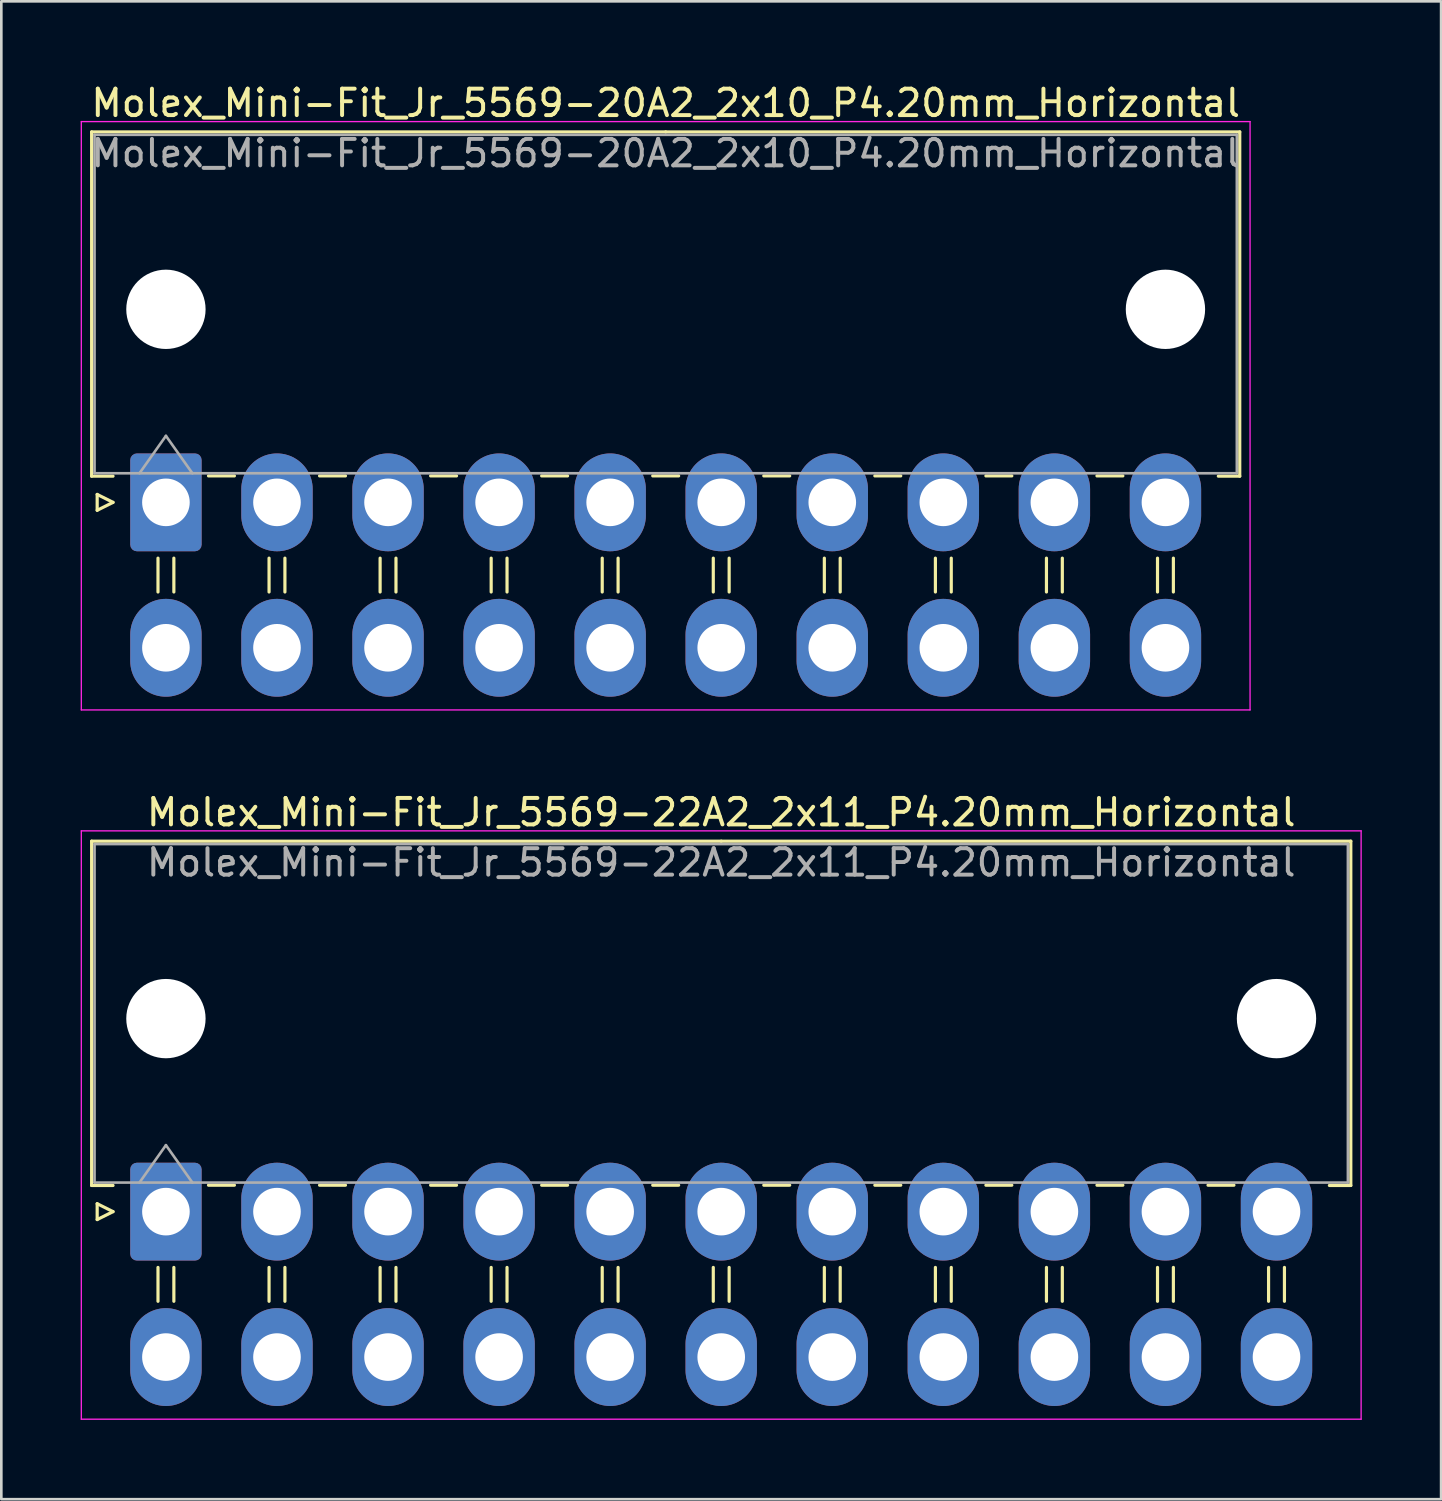
<source format=kicad_pcb>
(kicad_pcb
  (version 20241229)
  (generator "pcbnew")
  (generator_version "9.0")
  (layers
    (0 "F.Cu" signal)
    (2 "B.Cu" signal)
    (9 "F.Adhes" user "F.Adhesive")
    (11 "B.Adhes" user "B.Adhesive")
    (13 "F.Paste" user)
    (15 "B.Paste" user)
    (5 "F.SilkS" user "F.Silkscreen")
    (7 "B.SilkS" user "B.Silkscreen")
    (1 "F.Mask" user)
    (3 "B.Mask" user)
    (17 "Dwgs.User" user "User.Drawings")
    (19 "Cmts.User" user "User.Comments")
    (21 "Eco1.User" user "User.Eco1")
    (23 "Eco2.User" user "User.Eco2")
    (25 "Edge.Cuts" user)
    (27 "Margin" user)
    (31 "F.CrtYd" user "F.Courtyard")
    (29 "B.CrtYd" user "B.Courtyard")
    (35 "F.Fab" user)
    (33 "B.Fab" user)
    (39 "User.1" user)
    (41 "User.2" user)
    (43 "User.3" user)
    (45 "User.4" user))
  (footprint "Molex_Mini-Fit_Jr_5569-20A2_2x10_P4.20mm_Horizontal"
    (layer "F.Cu")
    (at 3.225 15.948)
    (property "Reference" "Molex_Mini-Fit_Jr_5569-20A2_2x10_P4.20mm_Horizontal" (at 18.9 -15.1 0) (layer "F.SilkS") (effects (font (size 1 1) (thickness 0.15))))
    (attr through_hole)
    (fp_line (start -2.81 -14.01) (end 18.9 -14.01) (stroke (width 0.12) (type solid)) (layer "F.SilkS"))
    (fp_line (start -2.81 -0.99) (end -2.81 -14.01) (stroke (width 0.12) (type solid)) (layer "F.SilkS"))
    (fp_line (start -2.6 -0.3) (end -2 0) (stroke (width 0.12) (type solid)) (layer "F.SilkS"))
    (fp_line (start -2.6 0.3) (end -2.6 -0.3) (stroke (width 0.12) (type solid)) (layer "F.SilkS"))
    (fp_line (start -2 -0.99) (end -2.81 -0.99) (stroke (width 0.12) (type solid)) (layer "F.SilkS"))
    (fp_line (start -2 0) (end -2.6 0.3) (stroke (width 0.12) (type solid)) (layer "F.SilkS"))
    (fp_line (start -0.3 2.11) (end -0.3 3.39) (stroke (width 0.12) (type solid)) (layer "F.SilkS"))
    (fp_line (start 0.3 2.11) (end 0.3 3.39) (stroke (width 0.12) (type solid)) (layer "F.SilkS"))
    (fp_line (start 1.61 -1) (end 2.59 -1) (stroke (width 0.12) (type solid)) (layer "F.SilkS"))
    (fp_line (start 3.9 2.11) (end 3.9 3.39) (stroke (width 0.12) (type solid)) (layer "F.SilkS"))
    (fp_line (start 4.5 2.11) (end 4.5 3.39) (stroke (width 0.12) (type solid)) (layer "F.SilkS"))
    (fp_line (start 5.81 -1) (end 6.79 -1) (stroke (width 0.12) (type solid)) (layer "F.SilkS"))
    (fp_line (start 8.1 2.11) (end 8.1 3.39) (stroke (width 0.12) (type solid)) (layer "F.SilkS"))
    (fp_line (start 8.7 2.11) (end 8.7 3.39) (stroke (width 0.12) (type solid)) (layer "F.SilkS"))
    (fp_line (start 10.01 -1) (end 10.99 -1) (stroke (width 0.12) (type solid)) (layer "F.SilkS"))
    (fp_line (start 12.3 2.11) (end 12.3 3.39) (stroke (width 0.12) (type solid)) (layer "F.SilkS"))
    (fp_line (start 12.9 2.11) (end 12.9 3.39) (stroke (width 0.12) (type solid)) (layer "F.SilkS"))
    (fp_line (start 14.21 -1) (end 15.19 -1) (stroke (width 0.12) (type solid)) (layer "F.SilkS"))
    (fp_line (start 16.5 2.11) (end 16.5 3.39) (stroke (width 0.12) (type solid)) (layer "F.SilkS"))
    (fp_line (start 17.1 2.11) (end 17.1 3.39) (stroke (width 0.12) (type solid)) (layer "F.SilkS"))
    (fp_line (start 18.41 -1) (end 19.39 -1) (stroke (width 0.12) (type solid)) (layer "F.SilkS"))
    (fp_line (start 20.7 2.11) (end 20.7 3.39) (stroke (width 0.12) (type solid)) (layer "F.SilkS"))
    (fp_line (start 21.3 2.11) (end 21.3 3.39) (stroke (width 0.12) (type solid)) (layer "F.SilkS"))
    (fp_line (start 22.61 -1) (end 23.59 -1) (stroke (width 0.12) (type solid)) (layer "F.SilkS"))
    (fp_line (start 24.9 2.11) (end 24.9 3.39) (stroke (width 0.12) (type solid)) (layer "F.SilkS"))
    (fp_line (start 25.5 2.11) (end 25.5 3.39) (stroke (width 0.12) (type solid)) (layer "F.SilkS"))
    (fp_line (start 26.81 -1) (end 27.79 -1) (stroke (width 0.12) (type solid)) (layer "F.SilkS"))
    (fp_line (start 29.1 2.11) (end 29.1 3.39) (stroke (width 0.12) (type solid)) (layer "F.SilkS"))
    (fp_line (start 29.7 2.11) (end 29.7 3.39) (stroke (width 0.12) (type solid)) (layer "F.SilkS"))
    (fp_line (start 31.01 -1) (end 31.99 -1) (stroke (width 0.12) (type solid)) (layer "F.SilkS"))
    (fp_line (start 33.3 2.11) (end 33.3 3.39) (stroke (width 0.12) (type solid)) (layer "F.SilkS"))
    (fp_line (start 33.9 2.11) (end 33.9 3.39) (stroke (width 0.12) (type solid)) (layer "F.SilkS"))
    (fp_line (start 35.21 -1) (end 36.19 -1) (stroke (width 0.12) (type solid)) (layer "F.SilkS"))
    (fp_line (start 37.5 2.11) (end 37.5 3.39) (stroke (width 0.12) (type solid)) (layer "F.SilkS"))
    (fp_line (start 38.1 2.11) (end 38.1 3.39) (stroke (width 0.12) (type solid)) (layer "F.SilkS"))
    (fp_line (start 39.8 -0.99) (end 40.61 -0.99) (stroke (width 0.12) (type solid)) (layer "F.SilkS"))
    (fp_line (start 40.61 -14.01) (end 18.9 -14.01) (stroke (width 0.12) (type solid)) (layer "F.SilkS"))
    (fp_line (start 40.61 -0.99) (end 40.61 -14.01) (stroke (width 0.12) (type solid)) (layer "F.SilkS"))
    (fp_line (start -3.2 -14.4) (end -3.2 7.85) (stroke (width 0.05) (type solid)) (layer "F.CrtYd"))
    (fp_line (start -3.2 7.85) (end 41 7.85) (stroke (width 0.05) (type solid)) (layer "F.CrtYd"))
    (fp_line (start 41 -14.4) (end -3.2 -14.4) (stroke (width 0.05) (type solid)) (layer "F.CrtYd"))
    (fp_line (start 41 7.85) (end 41 -14.4) (stroke (width 0.05) (type solid)) (layer "F.CrtYd"))
    (fp_line (start -2.7 -13.9) (end -2.7 -1.1) (stroke (width 0.1) (type solid)) (layer "F.Fab"))
    (fp_line (start -2.7 -1.1) (end 40.5 -1.1) (stroke (width 0.1) (type solid)) (layer "F.Fab"))
    (fp_line (start -1 -1.1) (end 0 -2.514) (stroke (width 0.1) (type solid)) (layer "F.Fab"))
    (fp_line (start 0 -2.514) (end 1 -1.1) (stroke (width 0.1) (type solid)) (layer "F.Fab"))
    (fp_line (start 40.5 -13.9) (end -2.7 -13.9) (stroke (width 0.1) (type solid)) (layer "F.Fab"))
    (fp_line (start 40.5 -1.1) (end 40.5 -13.9) (stroke (width 0.1) (type solid)) (layer "F.Fab"))
    (fp_text user "${REFERENCE}" (at 18.9 -13.2 0) (layer "F.Fab") (effects (font (size 1 1) (thickness 0.15))))
    (pad "" np_thru_hole circle (at 0 -7.3) (size 3 3) (drill 3) (layers "*.Cu" "*.Mask"))
    (pad "" np_thru_hole circle (at 37.8 -7.3) (size 3 3) (drill 3) (layers "*.Cu" "*.Mask"))
    (pad "1" thru_hole roundrect (at 0 0) (size 2.7 3.7) (drill 1.8) (layers "*.Cu" "*.Mask") (roundrect_rratio 0.093))
    (pad "2" thru_hole oval (at 4.2 0) (size 2.7 3.7) (drill 1.8) (layers "*.Cu" "*.Mask"))
    (pad "3" thru_hole oval (at 8.4 0) (size 2.7 3.7) (drill 1.8) (layers "*.Cu" "*.Mask"))
    (pad "4" thru_hole oval (at 12.6 0) (size 2.7 3.7) (drill 1.8) (layers "*.Cu" "*.Mask"))
    (pad "5" thru_hole oval (at 16.8 0) (size 2.7 3.7) (drill 1.8) (layers "*.Cu" "*.Mask"))
    (pad "6" thru_hole oval (at 21 0) (size 2.7 3.7) (drill 1.8) (layers "*.Cu" "*.Mask"))
    (pad "7" thru_hole oval (at 25.2 0) (size 2.7 3.7) (drill 1.8) (layers "*.Cu" "*.Mask"))
    (pad "8" thru_hole oval (at 29.4 0) (size 2.7 3.7) (drill 1.8) (layers "*.Cu" "*.Mask"))
    (pad "9" thru_hole oval (at 33.6 0) (size 2.7 3.7) (drill 1.8) (layers "*.Cu" "*.Mask"))
    (pad "10" thru_hole oval (at 37.8 0) (size 2.7 3.7) (drill 1.8) (layers "*.Cu" "*.Mask"))
    (pad "11" thru_hole oval (at 0 5.5) (size 2.7 3.7) (drill 1.8) (layers "*.Cu" "*.Mask"))
    (pad "12" thru_hole oval (at 4.2 5.5) (size 2.7 3.7) (drill 1.8) (layers "*.Cu" "*.Mask"))
    (pad "13" thru_hole oval (at 8.4 5.5) (size 2.7 3.7) (drill 1.8) (layers "*.Cu" "*.Mask"))
    (pad "14" thru_hole oval (at 12.6 5.5) (size 2.7 3.7) (drill 1.8) (layers "*.Cu" "*.Mask"))
    (pad "15" thru_hole oval (at 16.8 5.5) (size 2.7 3.7) (drill 1.8) (layers "*.Cu" "*.Mask"))
    (pad "16" thru_hole oval (at 21 5.5) (size 2.7 3.7) (drill 1.8) (layers "*.Cu" "*.Mask"))
    (pad "17" thru_hole oval (at 25.2 5.5) (size 2.7 3.7) (drill 1.8) (layers "*.Cu" "*.Mask"))
    (pad "18" thru_hole oval (at 29.4 5.5) (size 2.7 3.7) (drill 1.8) (layers "*.Cu" "*.Mask"))
    (pad "19" thru_hole oval (at 33.6 5.5) (size 2.7 3.7) (drill 1.8) (layers "*.Cu" "*.Mask"))
    (pad "20" thru_hole oval (at 37.8 5.5) (size 2.7 3.7) (drill 1.8) (layers "*.Cu" "*.Mask")))
  (footprint "Molex_Mini-Fit_Jr_5569-22A2_2x11_P4.20mm_Horizontal"
    (layer "F.Cu")
    (at 3.225 42.772)
    (property "Reference" "Molex_Mini-Fit_Jr_5569-22A2_2x11_P4.20mm_Horizontal" (at 21 -15.1 0) (layer "F.SilkS") (effects (font (size 1 1) (thickness 0.15))))
    (attr through_hole)
    (fp_line (start -2.81 -14.01) (end 21 -14.01) (stroke (width 0.12) (type solid)) (layer "F.SilkS"))
    (fp_line (start -2.81 -0.99) (end -2.81 -14.01) (stroke (width 0.12) (type solid)) (layer "F.SilkS"))
    (fp_line (start -2.6 -0.3) (end -2 0) (stroke (width 0.12) (type solid)) (layer "F.SilkS"))
    (fp_line (start -2.6 0.3) (end -2.6 -0.3) (stroke (width 0.12) (type solid)) (layer "F.SilkS"))
    (fp_line (start -2 -0.99) (end -2.81 -0.99) (stroke (width 0.12) (type solid)) (layer "F.SilkS"))
    (fp_line (start -2 0) (end -2.6 0.3) (stroke (width 0.12) (type solid)) (layer "F.SilkS"))
    (fp_line (start -0.3 2.11) (end -0.3 3.39) (stroke (width 0.12) (type solid)) (layer "F.SilkS"))
    (fp_line (start 0.3 2.11) (end 0.3 3.39) (stroke (width 0.12) (type solid)) (layer "F.SilkS"))
    (fp_line (start 1.61 -1) (end 2.59 -1) (stroke (width 0.12) (type solid)) (layer "F.SilkS"))
    (fp_line (start 3.9 2.11) (end 3.9 3.39) (stroke (width 0.12) (type solid)) (layer "F.SilkS"))
    (fp_line (start 4.5 2.11) (end 4.5 3.39) (stroke (width 0.12) (type solid)) (layer "F.SilkS"))
    (fp_line (start 5.81 -1) (end 6.79 -1) (stroke (width 0.12) (type solid)) (layer "F.SilkS"))
    (fp_line (start 8.1 2.11) (end 8.1 3.39) (stroke (width 0.12) (type solid)) (layer "F.SilkS"))
    (fp_line (start 8.7 2.11) (end 8.7 3.39) (stroke (width 0.12) (type solid)) (layer "F.SilkS"))
    (fp_line (start 10.01 -1) (end 10.99 -1) (stroke (width 0.12) (type solid)) (layer "F.SilkS"))
    (fp_line (start 12.3 2.11) (end 12.3 3.39) (stroke (width 0.12) (type solid)) (layer "F.SilkS"))
    (fp_line (start 12.9 2.11) (end 12.9 3.39) (stroke (width 0.12) (type solid)) (layer "F.SilkS"))
    (fp_line (start 14.21 -1) (end 15.19 -1) (stroke (width 0.12) (type solid)) (layer "F.SilkS"))
    (fp_line (start 16.5 2.11) (end 16.5 3.39) (stroke (width 0.12) (type solid)) (layer "F.SilkS"))
    (fp_line (start 17.1 2.11) (end 17.1 3.39) (stroke (width 0.12) (type solid)) (layer "F.SilkS"))
    (fp_line (start 18.41 -1) (end 19.39 -1) (stroke (width 0.12) (type solid)) (layer "F.SilkS"))
    (fp_line (start 20.7 2.11) (end 20.7 3.39) (stroke (width 0.12) (type solid)) (layer "F.SilkS"))
    (fp_line (start 21.3 2.11) (end 21.3 3.39) (stroke (width 0.12) (type solid)) (layer "F.SilkS"))
    (fp_line (start 22.61 -1) (end 23.59 -1) (stroke (width 0.12) (type solid)) (layer "F.SilkS"))
    (fp_line (start 24.9 2.11) (end 24.9 3.39) (stroke (width 0.12) (type solid)) (layer "F.SilkS"))
    (fp_line (start 25.5 2.11) (end 25.5 3.39) (stroke (width 0.12) (type solid)) (layer "F.SilkS"))
    (fp_line (start 26.81 -1) (end 27.79 -1) (stroke (width 0.12) (type solid)) (layer "F.SilkS"))
    (fp_line (start 29.1 2.11) (end 29.1 3.39) (stroke (width 0.12) (type solid)) (layer "F.SilkS"))
    (fp_line (start 29.7 2.11) (end 29.7 3.39) (stroke (width 0.12) (type solid)) (layer "F.SilkS"))
    (fp_line (start 31.01 -1) (end 31.99 -1) (stroke (width 0.12) (type solid)) (layer "F.SilkS"))
    (fp_line (start 33.3 2.11) (end 33.3 3.39) (stroke (width 0.12) (type solid)) (layer "F.SilkS"))
    (fp_line (start 33.9 2.11) (end 33.9 3.39) (stroke (width 0.12) (type solid)) (layer "F.SilkS"))
    (fp_line (start 35.21 -1) (end 36.19 -1) (stroke (width 0.12) (type solid)) (layer "F.SilkS"))
    (fp_line (start 37.5 2.11) (end 37.5 3.39) (stroke (width 0.12) (type solid)) (layer "F.SilkS"))
    (fp_line (start 38.1 2.11) (end 38.1 3.39) (stroke (width 0.12) (type solid)) (layer "F.SilkS"))
    (fp_line (start 39.41 -1) (end 40.39 -1) (stroke (width 0.12) (type solid)) (layer "F.SilkS"))
    (fp_line (start 41.7 2.11) (end 41.7 3.39) (stroke (width 0.12) (type solid)) (layer "F.SilkS"))
    (fp_line (start 42.3 2.11) (end 42.3 3.39) (stroke (width 0.12) (type solid)) (layer "F.SilkS"))
    (fp_line (start 44 -0.99) (end 44.81 -0.99) (stroke (width 0.12) (type solid)) (layer "F.SilkS"))
    (fp_line (start 44.81 -14.01) (end 21 -14.01) (stroke (width 0.12) (type solid)) (layer "F.SilkS"))
    (fp_line (start 44.81 -0.99) (end 44.81 -14.01) (stroke (width 0.12) (type solid)) (layer "F.SilkS"))
    (fp_line (start -3.2 -14.4) (end -3.2 7.85) (stroke (width 0.05) (type solid)) (layer "F.CrtYd"))
    (fp_line (start -3.2 7.85) (end 45.2 7.85) (stroke (width 0.05) (type solid)) (layer "F.CrtYd"))
    (fp_line (start 45.2 -14.4) (end -3.2 -14.4) (stroke (width 0.05) (type solid)) (layer "F.CrtYd"))
    (fp_line (start 45.2 7.85) (end 45.2 -14.4) (stroke (width 0.05) (type solid)) (layer "F.CrtYd"))
    (fp_line (start -2.7 -13.9) (end -2.7 -1.1) (stroke (width 0.1) (type solid)) (layer "F.Fab"))
    (fp_line (start -2.7 -1.1) (end 44.7 -1.1) (stroke (width 0.1) (type solid)) (layer "F.Fab"))
    (fp_line (start -1 -1.1) (end 0 -2.514) (stroke (width 0.1) (type solid)) (layer "F.Fab"))
    (fp_line (start 0 -2.514) (end 1 -1.1) (stroke (width 0.1) (type solid)) (layer "F.Fab"))
    (fp_line (start 44.7 -13.9) (end -2.7 -13.9) (stroke (width 0.1) (type solid)) (layer "F.Fab"))
    (fp_line (start 44.7 -1.1) (end 44.7 -13.9) (stroke (width 0.1) (type solid)) (layer "F.Fab"))
    (fp_text user "${REFERENCE}" (at 21 -13.2 0) (layer "F.Fab") (effects (font (size 1 1) (thickness 0.15))))
    (pad "" np_thru_hole circle (at 0 -7.3) (size 3 3) (drill 3) (layers "*.Cu" "*.Mask"))
    (pad "" np_thru_hole circle (at 42 -7.3) (size 3 3) (drill 3) (layers "*.Cu" "*.Mask"))
    (pad "1" thru_hole roundrect (at 0 0) (size 2.7 3.7) (drill 1.8) (layers "*.Cu" "*.Mask") (roundrect_rratio 0.093))
    (pad "2" thru_hole oval (at 4.2 0) (size 2.7 3.7) (drill 1.8) (layers "*.Cu" "*.Mask"))
    (pad "3" thru_hole oval (at 8.4 0) (size 2.7 3.7) (drill 1.8) (layers "*.Cu" "*.Mask"))
    (pad "4" thru_hole oval (at 12.6 0) (size 2.7 3.7) (drill 1.8) (layers "*.Cu" "*.Mask"))
    (pad "5" thru_hole oval (at 16.8 0) (size 2.7 3.7) (drill 1.8) (layers "*.Cu" "*.Mask"))
    (pad "6" thru_hole oval (at 21 0) (size 2.7 3.7) (drill 1.8) (layers "*.Cu" "*.Mask"))
    (pad "7" thru_hole oval (at 25.2 0) (size 2.7 3.7) (drill 1.8) (layers "*.Cu" "*.Mask"))
    (pad "8" thru_hole oval (at 29.4 0) (size 2.7 3.7) (drill 1.8) (layers "*.Cu" "*.Mask"))
    (pad "9" thru_hole oval (at 33.6 0) (size 2.7 3.7) (drill 1.8) (layers "*.Cu" "*.Mask"))
    (pad "10" thru_hole oval (at 37.8 0) (size 2.7 3.7) (drill 1.8) (layers "*.Cu" "*.Mask"))
    (pad "11" thru_hole oval (at 42 0) (size 2.7 3.7) (drill 1.8) (layers "*.Cu" "*.Mask"))
    (pad "12" thru_hole oval (at 0 5.5) (size 2.7 3.7) (drill 1.8) (layers "*.Cu" "*.Mask"))
    (pad "13" thru_hole oval (at 4.2 5.5) (size 2.7 3.7) (drill 1.8) (layers "*.Cu" "*.Mask"))
    (pad "14" thru_hole oval (at 8.4 5.5) (size 2.7 3.7) (drill 1.8) (layers "*.Cu" "*.Mask"))
    (pad "15" thru_hole oval (at 12.6 5.5) (size 2.7 3.7) (drill 1.8) (layers "*.Cu" "*.Mask"))
    (pad "16" thru_hole oval (at 16.8 5.5) (size 2.7 3.7) (drill 1.8) (layers "*.Cu" "*.Mask"))
    (pad "17" thru_hole oval (at 21 5.5) (size 2.7 3.7) (drill 1.8) (layers "*.Cu" "*.Mask"))
    (pad "18" thru_hole oval (at 25.2 5.5) (size 2.7 3.7) (drill 1.8) (layers "*.Cu" "*.Mask"))
    (pad "19" thru_hole oval (at 29.4 5.5) (size 2.7 3.7) (drill 1.8) (layers "*.Cu" "*.Mask"))
    (pad "20" thru_hole oval (at 33.6 5.5) (size 2.7 3.7) (drill 1.8) (layers "*.Cu" "*.Mask"))
    (pad "21" thru_hole oval (at 37.8 5.5) (size 2.7 3.7) (drill 1.8) (layers "*.Cu" "*.Mask"))
    (pad "22" thru_hole oval (at 42 5.5) (size 2.7 3.7) (drill 1.8) (layers "*.Cu" "*.Mask")))
  (gr_rect
    (start -3 -3)
    (end 51.45 53.647)
    (stroke (width 0.1) (type default))
    (fill no)
    (layer "Edge.Cuts")))
</source>
